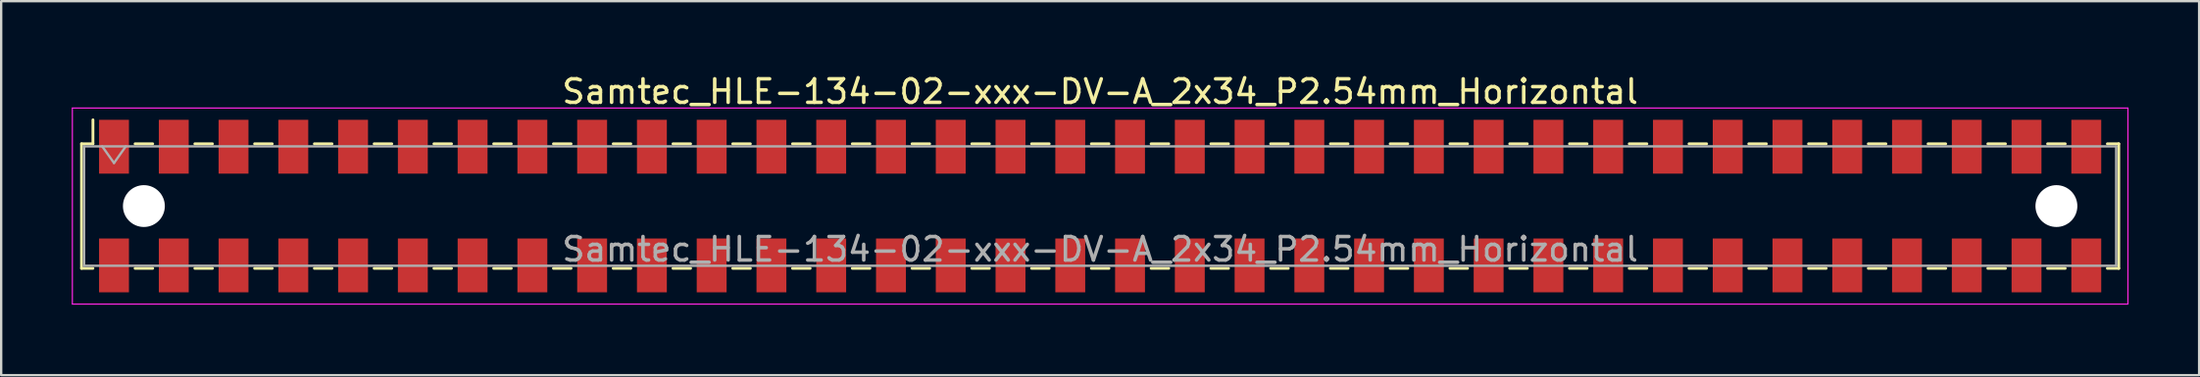
<source format=kicad_pcb>
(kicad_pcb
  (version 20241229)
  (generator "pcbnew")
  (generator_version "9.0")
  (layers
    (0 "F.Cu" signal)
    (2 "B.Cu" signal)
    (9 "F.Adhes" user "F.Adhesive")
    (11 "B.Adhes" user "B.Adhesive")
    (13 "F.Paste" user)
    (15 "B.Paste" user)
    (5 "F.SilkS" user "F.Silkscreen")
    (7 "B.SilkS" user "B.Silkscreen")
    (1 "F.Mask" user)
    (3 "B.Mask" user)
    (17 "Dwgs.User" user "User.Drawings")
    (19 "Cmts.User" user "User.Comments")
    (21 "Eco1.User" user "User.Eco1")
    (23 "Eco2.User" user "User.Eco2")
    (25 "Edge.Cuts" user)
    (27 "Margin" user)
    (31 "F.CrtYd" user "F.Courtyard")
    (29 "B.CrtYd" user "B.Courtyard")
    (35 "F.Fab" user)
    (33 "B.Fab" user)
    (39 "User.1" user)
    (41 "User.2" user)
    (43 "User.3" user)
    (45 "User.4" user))
  (footprint "Samtec_HLE-134-02-xxx-DV-A_2x34_P2.54mm_Horizontal"
    (layer "F.Cu")
    (at 43.705 5.718)
    (property "Reference" "Samtec_HLE-134-02-xxx-DV-A_2x34_P2.54mm_Horizontal" (at 0 -4.87 0) (layer "F.SilkS") (effects (font (size 1 1) (thickness 0.15))))
    (attr smd)
    (fp_line (start -43.29 -2.65) (end -43.29 2.65) (stroke (width 0.12) (type solid)) (layer "F.SilkS"))
    (fp_line (start -43.29 2.65) (end -42.805 2.65) (stroke (width 0.12) (type solid)) (layer "F.SilkS"))
    (fp_line (start -42.805 -3.67) (end -42.805 -2.65) (stroke (width 0.12) (type solid)) (layer "F.SilkS"))
    (fp_line (start -42.805 -2.65) (end -43.29 -2.65) (stroke (width 0.12) (type solid)) (layer "F.SilkS"))
    (fp_line (start -41.015 -2.65) (end -40.265 -2.65) (stroke (width 0.12) (type solid)) (layer "F.SilkS"))
    (fp_line (start -41.015 2.65) (end -40.265 2.65) (stroke (width 0.12) (type solid)) (layer "F.SilkS"))
    (fp_line (start -38.475 -2.65) (end -37.725 -2.65) (stroke (width 0.12) (type solid)) (layer "F.SilkS"))
    (fp_line (start -38.475 2.65) (end -37.725 2.65) (stroke (width 0.12) (type solid)) (layer "F.SilkS"))
    (fp_line (start -35.935 -2.65) (end -35.185 -2.65) (stroke (width 0.12) (type solid)) (layer "F.SilkS"))
    (fp_line (start -35.935 2.65) (end -35.185 2.65) (stroke (width 0.12) (type solid)) (layer "F.SilkS"))
    (fp_line (start -33.395 -2.65) (end -32.645 -2.65) (stroke (width 0.12) (type solid)) (layer "F.SilkS"))
    (fp_line (start -33.395 2.65) (end -32.645 2.65) (stroke (width 0.12) (type solid)) (layer "F.SilkS"))
    (fp_line (start -30.855 -2.65) (end -30.105 -2.65) (stroke (width 0.12) (type solid)) (layer "F.SilkS"))
    (fp_line (start -30.855 2.65) (end -30.105 2.65) (stroke (width 0.12) (type solid)) (layer "F.SilkS"))
    (fp_line (start -28.315 -2.65) (end -27.565 -2.65) (stroke (width 0.12) (type solid)) (layer "F.SilkS"))
    (fp_line (start -28.315 2.65) (end -27.565 2.65) (stroke (width 0.12) (type solid)) (layer "F.SilkS"))
    (fp_line (start -25.775 -2.65) (end -25.025 -2.65) (stroke (width 0.12) (type solid)) (layer "F.SilkS"))
    (fp_line (start -25.775 2.65) (end -25.025 2.65) (stroke (width 0.12) (type solid)) (layer "F.SilkS"))
    (fp_line (start -23.235 -2.65) (end -22.485 -2.65) (stroke (width 0.12) (type solid)) (layer "F.SilkS"))
    (fp_line (start -23.235 2.65) (end -22.485 2.65) (stroke (width 0.12) (type solid)) (layer "F.SilkS"))
    (fp_line (start -20.695 -2.65) (end -19.945 -2.65) (stroke (width 0.12) (type solid)) (layer "F.SilkS"))
    (fp_line (start -20.695 2.65) (end -19.945 2.65) (stroke (width 0.12) (type solid)) (layer "F.SilkS"))
    (fp_line (start -18.155 -2.65) (end -17.405 -2.65) (stroke (width 0.12) (type solid)) (layer "F.SilkS"))
    (fp_line (start -18.155 2.65) (end -17.405 2.65) (stroke (width 0.12) (type solid)) (layer "F.SilkS"))
    (fp_line (start -15.615 -2.65) (end -14.865 -2.65) (stroke (width 0.12) (type solid)) (layer "F.SilkS"))
    (fp_line (start -15.615 2.65) (end -14.865 2.65) (stroke (width 0.12) (type solid)) (layer "F.SilkS"))
    (fp_line (start -13.075 -2.65) (end -12.325 -2.65) (stroke (width 0.12) (type solid)) (layer "F.SilkS"))
    (fp_line (start -13.075 2.65) (end -12.325 2.65) (stroke (width 0.12) (type solid)) (layer "F.SilkS"))
    (fp_line (start -10.535 -2.65) (end -9.785 -2.65) (stroke (width 0.12) (type solid)) (layer "F.SilkS"))
    (fp_line (start -10.535 2.65) (end -9.785 2.65) (stroke (width 0.12) (type solid)) (layer "F.SilkS"))
    (fp_line (start -7.995 -2.65) (end -7.245 -2.65) (stroke (width 0.12) (type solid)) (layer "F.SilkS"))
    (fp_line (start -7.995 2.65) (end -7.245 2.65) (stroke (width 0.12) (type solid)) (layer "F.SilkS"))
    (fp_line (start -5.455 -2.65) (end -4.705 -2.65) (stroke (width 0.12) (type solid)) (layer "F.SilkS"))
    (fp_line (start -5.455 2.65) (end -4.705 2.65) (stroke (width 0.12) (type solid)) (layer "F.SilkS"))
    (fp_line (start -2.915 -2.65) (end -2.165 -2.65) (stroke (width 0.12) (type solid)) (layer "F.SilkS"))
    (fp_line (start -2.915 2.65) (end -2.165 2.65) (stroke (width 0.12) (type solid)) (layer "F.SilkS"))
    (fp_line (start -0.375 -2.65) (end 0.375 -2.65) (stroke (width 0.12) (type solid)) (layer "F.SilkS"))
    (fp_line (start -0.375 2.65) (end 0.375 2.65) (stroke (width 0.12) (type solid)) (layer "F.SilkS"))
    (fp_line (start 2.165 -2.65) (end 2.915 -2.65) (stroke (width 0.12) (type solid)) (layer "F.SilkS"))
    (fp_line (start 2.165 2.65) (end 2.915 2.65) (stroke (width 0.12) (type solid)) (layer "F.SilkS"))
    (fp_line (start 4.705 -2.65) (end 5.455 -2.65) (stroke (width 0.12) (type solid)) (layer "F.SilkS"))
    (fp_line (start 4.705 2.65) (end 5.455 2.65) (stroke (width 0.12) (type solid)) (layer "F.SilkS"))
    (fp_line (start 7.245 -2.65) (end 7.995 -2.65) (stroke (width 0.12) (type solid)) (layer "F.SilkS"))
    (fp_line (start 7.245 2.65) (end 7.995 2.65) (stroke (width 0.12) (type solid)) (layer "F.SilkS"))
    (fp_line (start 9.785 -2.65) (end 10.535 -2.65) (stroke (width 0.12) (type solid)) (layer "F.SilkS"))
    (fp_line (start 9.785 2.65) (end 10.535 2.65) (stroke (width 0.12) (type solid)) (layer "F.SilkS"))
    (fp_line (start 12.325 -2.65) (end 13.075 -2.65) (stroke (width 0.12) (type solid)) (layer "F.SilkS"))
    (fp_line (start 12.325 2.65) (end 13.075 2.65) (stroke (width 0.12) (type solid)) (layer "F.SilkS"))
    (fp_line (start 14.865 -2.65) (end 15.615 -2.65) (stroke (width 0.12) (type solid)) (layer "F.SilkS"))
    (fp_line (start 14.865 2.65) (end 15.615 2.65) (stroke (width 0.12) (type solid)) (layer "F.SilkS"))
    (fp_line (start 17.405 -2.65) (end 18.155 -2.65) (stroke (width 0.12) (type solid)) (layer "F.SilkS"))
    (fp_line (start 17.405 2.65) (end 18.155 2.65) (stroke (width 0.12) (type solid)) (layer "F.SilkS"))
    (fp_line (start 19.945 -2.65) (end 20.695 -2.65) (stroke (width 0.12) (type solid)) (layer "F.SilkS"))
    (fp_line (start 19.945 2.65) (end 20.695 2.65) (stroke (width 0.12) (type solid)) (layer "F.SilkS"))
    (fp_line (start 22.485 -2.65) (end 23.235 -2.65) (stroke (width 0.12) (type solid)) (layer "F.SilkS"))
    (fp_line (start 22.485 2.65) (end 23.235 2.65) (stroke (width 0.12) (type solid)) (layer "F.SilkS"))
    (fp_line (start 25.025 -2.65) (end 25.775 -2.65) (stroke (width 0.12) (type solid)) (layer "F.SilkS"))
    (fp_line (start 25.025 2.65) (end 25.775 2.65) (stroke (width 0.12) (type solid)) (layer "F.SilkS"))
    (fp_line (start 27.565 -2.65) (end 28.315 -2.65) (stroke (width 0.12) (type solid)) (layer "F.SilkS"))
    (fp_line (start 27.565 2.65) (end 28.315 2.65) (stroke (width 0.12) (type solid)) (layer "F.SilkS"))
    (fp_line (start 30.105 -2.65) (end 30.855 -2.65) (stroke (width 0.12) (type solid)) (layer "F.SilkS"))
    (fp_line (start 30.105 2.65) (end 30.855 2.65) (stroke (width 0.12) (type solid)) (layer "F.SilkS"))
    (fp_line (start 32.645 -2.65) (end 33.395 -2.65) (stroke (width 0.12) (type solid)) (layer "F.SilkS"))
    (fp_line (start 32.645 2.65) (end 33.395 2.65) (stroke (width 0.12) (type solid)) (layer "F.SilkS"))
    (fp_line (start 35.185 -2.65) (end 35.935 -2.65) (stroke (width 0.12) (type solid)) (layer "F.SilkS"))
    (fp_line (start 35.185 2.65) (end 35.935 2.65) (stroke (width 0.12) (type solid)) (layer "F.SilkS"))
    (fp_line (start 37.725 -2.65) (end 38.475 -2.65) (stroke (width 0.12) (type solid)) (layer "F.SilkS"))
    (fp_line (start 37.725 2.65) (end 38.475 2.65) (stroke (width 0.12) (type solid)) (layer "F.SilkS"))
    (fp_line (start 40.265 -2.65) (end 41.015 -2.65) (stroke (width 0.12) (type solid)) (layer "F.SilkS"))
    (fp_line (start 40.265 2.65) (end 41.015 2.65) (stroke (width 0.12) (type solid)) (layer "F.SilkS"))
    (fp_line (start 42.805 -2.65) (end 43.29 -2.65) (stroke (width 0.12) (type solid)) (layer "F.SilkS"))
    (fp_line (start 43.29 -2.65) (end 43.29 2.65) (stroke (width 0.12) (type solid)) (layer "F.SilkS"))
    (fp_line (start 43.29 2.65) (end 42.805 2.65) (stroke (width 0.12) (type solid)) (layer "F.SilkS"))
    (fp_line (start -43.68 -4.17) (end 43.68 -4.17) (stroke (width 0.05) (type solid)) (layer "F.CrtYd"))
    (fp_line (start -43.68 4.17) (end -43.68 -4.17) (stroke (width 0.05) (type solid)) (layer "F.CrtYd"))
    (fp_line (start 43.68 -4.17) (end 43.68 4.17) (stroke (width 0.05) (type solid)) (layer "F.CrtYd"))
    (fp_line (start 43.68 4.17) (end -43.68 4.17) (stroke (width 0.05) (type solid)) (layer "F.CrtYd"))
    (fp_line (start -43.18 -2.54) (end 43.18 -2.54) (stroke (width 0.1) (type solid)) (layer "F.Fab"))
    (fp_line (start -43.18 2.54) (end -43.18 -2.54) (stroke (width 0.1) (type solid)) (layer "F.Fab"))
    (fp_line (start -42.41 -2.54) (end -41.91 -1.833) (stroke (width 0.1) (type solid)) (layer "F.Fab"))
    (fp_line (start -41.91 -1.833) (end -41.41 -2.54) (stroke (width 0.1) (type solid)) (layer "F.Fab"))
    (fp_line (start 43.18 -2.54) (end 43.18 2.54) (stroke (width 0.1) (type solid)) (layer "F.Fab"))
    (fp_line (start 43.18 2.54) (end -43.18 2.54) (stroke (width 0.1) (type solid)) (layer "F.Fab"))
    (fp_text user "${REFERENCE}" (at 0 1.84 0) (layer "F.Fab") (effects (font (size 1 1) (thickness 0.15))))
    (pad "" np_thru_hole circle (at -40.64 0) (size 1.78 1.78) (drill 1.78) (layers "*.Cu" "*.Mask"))
    (pad "" np_thru_hole circle (at 40.64 0) (size 1.78 1.78) (drill 1.78) (layers "*.Cu" "*.Mask"))
    (pad "1" smd rect (at -41.91 -2.525) (size 1.27 2.29) (layers "F.Cu" "F.Mask" "F.Paste"))
    (pad "2" smd rect (at -41.91 2.525) (size 1.27 2.29) (layers "F.Cu" "F.Mask" "F.Paste"))
    (pad "3" smd rect (at -39.37 -2.525) (size 1.27 2.29) (layers "F.Cu" "F.Mask" "F.Paste"))
    (pad "4" smd rect (at -39.37 2.525) (size 1.27 2.29) (layers "F.Cu" "F.Mask" "F.Paste"))
    (pad "5" smd rect (at -36.83 -2.525) (size 1.27 2.29) (layers "F.Cu" "F.Mask" "F.Paste"))
    (pad "6" smd rect (at -36.83 2.525) (size 1.27 2.29) (layers "F.Cu" "F.Mask" "F.Paste"))
    (pad "7" smd rect (at -34.29 -2.525) (size 1.27 2.29) (layers "F.Cu" "F.Mask" "F.Paste"))
    (pad "8" smd rect (at -34.29 2.525) (size 1.27 2.29) (layers "F.Cu" "F.Mask" "F.Paste"))
    (pad "9" smd rect (at -31.75 -2.525) (size 1.27 2.29) (layers "F.Cu" "F.Mask" "F.Paste"))
    (pad "10" smd rect (at -31.75 2.525) (size 1.27 2.29) (layers "F.Cu" "F.Mask" "F.Paste"))
    (pad "11" smd rect (at -29.21 -2.525) (size 1.27 2.29) (layers "F.Cu" "F.Mask" "F.Paste"))
    (pad "12" smd rect (at -29.21 2.525) (size 1.27 2.29) (layers "F.Cu" "F.Mask" "F.Paste"))
    (pad "13" smd rect (at -26.67 -2.525) (size 1.27 2.29) (layers "F.Cu" "F.Mask" "F.Paste"))
    (pad "14" smd rect (at -26.67 2.525) (size 1.27 2.29) (layers "F.Cu" "F.Mask" "F.Paste"))
    (pad "15" smd rect (at -24.13 -2.525) (size 1.27 2.29) (layers "F.Cu" "F.Mask" "F.Paste"))
    (pad "16" smd rect (at -24.13 2.525) (size 1.27 2.29) (layers "F.Cu" "F.Mask" "F.Paste"))
    (pad "17" smd rect (at -21.59 -2.525) (size 1.27 2.29) (layers "F.Cu" "F.Mask" "F.Paste"))
    (pad "18" smd rect (at -21.59 2.525) (size 1.27 2.29) (layers "F.Cu" "F.Mask" "F.Paste"))
    (pad "19" smd rect (at -19.05 -2.525) (size 1.27 2.29) (layers "F.Cu" "F.Mask" "F.Paste"))
    (pad "20" smd rect (at -19.05 2.525) (size 1.27 2.29) (layers "F.Cu" "F.Mask" "F.Paste"))
    (pad "21" smd rect (at -16.51 -2.525) (size 1.27 2.29) (layers "F.Cu" "F.Mask" "F.Paste"))
    (pad "22" smd rect (at -16.51 2.525) (size 1.27 2.29) (layers "F.Cu" "F.Mask" "F.Paste"))
    (pad "23" smd rect (at -13.97 -2.525) (size 1.27 2.29) (layers "F.Cu" "F.Mask" "F.Paste"))
    (pad "24" smd rect (at -13.97 2.525) (size 1.27 2.29) (layers "F.Cu" "F.Mask" "F.Paste"))
    (pad "25" smd rect (at -11.43 -2.525) (size 1.27 2.29) (layers "F.Cu" "F.Mask" "F.Paste"))
    (pad "26" smd rect (at -11.43 2.525) (size 1.27 2.29) (layers "F.Cu" "F.Mask" "F.Paste"))
    (pad "27" smd rect (at -8.89 -2.525) (size 1.27 2.29) (layers "F.Cu" "F.Mask" "F.Paste"))
    (pad "28" smd rect (at -8.89 2.525) (size 1.27 2.29) (layers "F.Cu" "F.Mask" "F.Paste"))
    (pad "29" smd rect (at -6.35 -2.525) (size 1.27 2.29) (layers "F.Cu" "F.Mask" "F.Paste"))
    (pad "30" smd rect (at -6.35 2.525) (size 1.27 2.29) (layers "F.Cu" "F.Mask" "F.Paste"))
    (pad "31" smd rect (at -3.81 -2.525) (size 1.27 2.29) (layers "F.Cu" "F.Mask" "F.Paste"))
    (pad "32" smd rect (at -3.81 2.525) (size 1.27 2.29) (layers "F.Cu" "F.Mask" "F.Paste"))
    (pad "33" smd rect (at -1.27 -2.525) (size 1.27 2.29) (layers "F.Cu" "F.Mask" "F.Paste"))
    (pad "34" smd rect (at -1.27 2.525) (size 1.27 2.29) (layers "F.Cu" "F.Mask" "F.Paste"))
    (pad "35" smd rect (at 1.27 -2.525) (size 1.27 2.29) (layers "F.Cu" "F.Mask" "F.Paste"))
    (pad "36" smd rect (at 1.27 2.525) (size 1.27 2.29) (layers "F.Cu" "F.Mask" "F.Paste"))
    (pad "37" smd rect (at 3.81 -2.525) (size 1.27 2.29) (layers "F.Cu" "F.Mask" "F.Paste"))
    (pad "38" smd rect (at 3.81 2.525) (size 1.27 2.29) (layers "F.Cu" "F.Mask" "F.Paste"))
    (pad "39" smd rect (at 6.35 -2.525) (size 1.27 2.29) (layers "F.Cu" "F.Mask" "F.Paste"))
    (pad "40" smd rect (at 6.35 2.525) (size 1.27 2.29) (layers "F.Cu" "F.Mask" "F.Paste"))
    (pad "41" smd rect (at 8.89 -2.525) (size 1.27 2.29) (layers "F.Cu" "F.Mask" "F.Paste"))
    (pad "42" smd rect (at 8.89 2.525) (size 1.27 2.29) (layers "F.Cu" "F.Mask" "F.Paste"))
    (pad "43" smd rect (at 11.43 -2.525) (size 1.27 2.29) (layers "F.Cu" "F.Mask" "F.Paste"))
    (pad "44" smd rect (at 11.43 2.525) (size 1.27 2.29) (layers "F.Cu" "F.Mask" "F.Paste"))
    (pad "45" smd rect (at 13.97 -2.525) (size 1.27 2.29) (layers "F.Cu" "F.Mask" "F.Paste"))
    (pad "46" smd rect (at 13.97 2.525) (size 1.27 2.29) (layers "F.Cu" "F.Mask" "F.Paste"))
    (pad "47" smd rect (at 16.51 -2.525) (size 1.27 2.29) (layers "F.Cu" "F.Mask" "F.Paste"))
    (pad "48" smd rect (at 16.51 2.525) (size 1.27 2.29) (layers "F.Cu" "F.Mask" "F.Paste"))
    (pad "49" smd rect (at 19.05 -2.525) (size 1.27 2.29) (layers "F.Cu" "F.Mask" "F.Paste"))
    (pad "50" smd rect (at 19.05 2.525) (size 1.27 2.29) (layers "F.Cu" "F.Mask" "F.Paste"))
    (pad "51" smd rect (at 21.59 -2.525) (size 1.27 2.29) (layers "F.Cu" "F.Mask" "F.Paste"))
    (pad "52" smd rect (at 21.59 2.525) (size 1.27 2.29) (layers "F.Cu" "F.Mask" "F.Paste"))
    (pad "53" smd rect (at 24.13 -2.525) (size 1.27 2.29) (layers "F.Cu" "F.Mask" "F.Paste"))
    (pad "54" smd rect (at 24.13 2.525) (size 1.27 2.29) (layers "F.Cu" "F.Mask" "F.Paste"))
    (pad "55" smd rect (at 26.67 -2.525) (size 1.27 2.29) (layers "F.Cu" "F.Mask" "F.Paste"))
    (pad "56" smd rect (at 26.67 2.525) (size 1.27 2.29) (layers "F.Cu" "F.Mask" "F.Paste"))
    (pad "57" smd rect (at 29.21 -2.525) (size 1.27 2.29) (layers "F.Cu" "F.Mask" "F.Paste"))
    (pad "58" smd rect (at 29.21 2.525) (size 1.27 2.29) (layers "F.Cu" "F.Mask" "F.Paste"))
    (pad "59" smd rect (at 31.75 -2.525) (size 1.27 2.29) (layers "F.Cu" "F.Mask" "F.Paste"))
    (pad "60" smd rect (at 31.75 2.525) (size 1.27 2.29) (layers "F.Cu" "F.Mask" "F.Paste"))
    (pad "61" smd rect (at 34.29 -2.525) (size 1.27 2.29) (layers "F.Cu" "F.Mask" "F.Paste"))
    (pad "62" smd rect (at 34.29 2.525) (size 1.27 2.29) (layers "F.Cu" "F.Mask" "F.Paste"))
    (pad "63" smd rect (at 36.83 -2.525) (size 1.27 2.29) (layers "F.Cu" "F.Mask" "F.Paste"))
    (pad "64" smd rect (at 36.83 2.525) (size 1.27 2.29) (layers "F.Cu" "F.Mask" "F.Paste"))
    (pad "65" smd rect (at 39.37 -2.525) (size 1.27 2.29) (layers "F.Cu" "F.Mask" "F.Paste"))
    (pad "66" smd rect (at 39.37 2.525) (size 1.27 2.29) (layers "F.Cu" "F.Mask" "F.Paste"))
    (pad "67" smd rect (at 41.91 -2.525) (size 1.27 2.29) (layers "F.Cu" "F.Mask" "F.Paste"))
    (pad "68" smd rect (at 41.91 2.525) (size 1.27 2.29) (layers "F.Cu" "F.Mask" "F.Paste")))
  (gr_rect
    (start -3 -3)
    (end 90.41 12.913)
    (stroke (width 0.1) (type default))
    (fill no)
    (layer "Edge.Cuts")))
</source>
